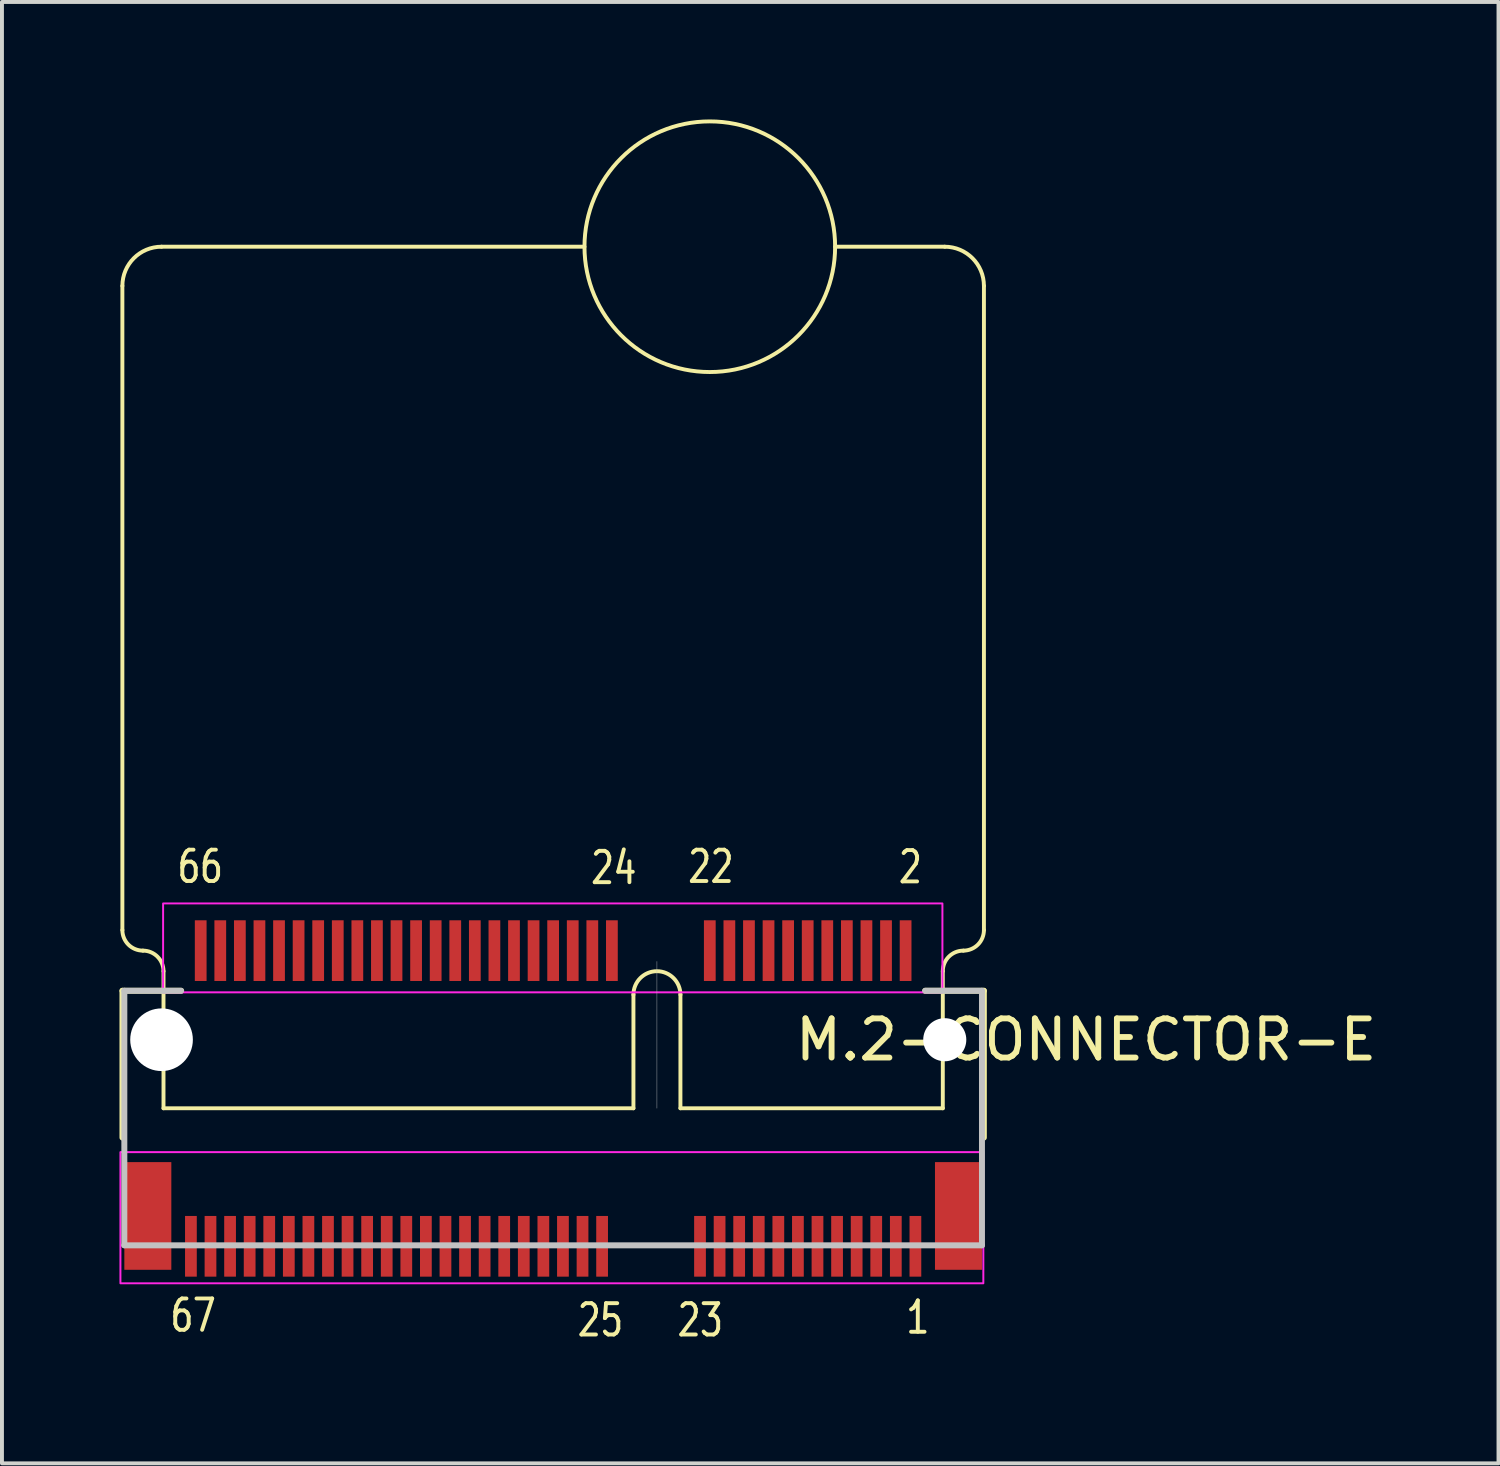
<source format=kicad_pcb>
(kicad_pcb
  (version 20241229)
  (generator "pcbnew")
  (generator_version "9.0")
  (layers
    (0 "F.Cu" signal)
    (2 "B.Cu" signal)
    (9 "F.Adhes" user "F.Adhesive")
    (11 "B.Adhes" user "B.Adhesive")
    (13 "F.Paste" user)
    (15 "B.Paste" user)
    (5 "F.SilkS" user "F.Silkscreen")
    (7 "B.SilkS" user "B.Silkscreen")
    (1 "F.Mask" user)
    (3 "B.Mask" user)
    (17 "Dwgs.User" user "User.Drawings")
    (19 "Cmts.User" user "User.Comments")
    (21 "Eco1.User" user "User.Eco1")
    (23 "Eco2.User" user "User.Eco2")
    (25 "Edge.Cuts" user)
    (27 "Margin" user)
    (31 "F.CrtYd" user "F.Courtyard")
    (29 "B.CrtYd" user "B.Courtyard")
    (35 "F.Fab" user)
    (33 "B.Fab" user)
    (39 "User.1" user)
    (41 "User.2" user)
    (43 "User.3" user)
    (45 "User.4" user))
  (footprint "M.2-CONNECTOR-E"
    (layer "F.Cu")
    (at 11.075 23.5)
    (property "Reference" "M.2-CONNECTOR-E" (at 13.61 0 0) (layer "F.SilkS") (effects (font (size 1 1) (thickness 0.15))))
    (attr smd)
    (fp_line (start -11 -19.25) (end -11 -2.8) (stroke (width 0.1) (type solid)) (layer "F.SilkS"))
    (fp_line (start -10.998 2.499) (end -10.998 -1.25) (stroke (width 0.152) (type solid)) (layer "F.SilkS"))
    (fp_line (start -9.95 1.75) (end -9.95 -1.75) (stroke (width 0.1) (type solid)) (layer "F.SilkS"))
    (fp_line (start -9.5 -1.25) (end -10.998 -1.25) (stroke (width 0.152) (type solid)) (layer "F.SilkS"))
    (fp_line (start 0.8 -20.25) (end -10 -20.25) (stroke (width 0.1) (type solid)) (layer "F.SilkS"))
    (fp_line (start 2.05 -1.15) (end 2.05 1.75) (stroke (width 0.1) (type solid)) (layer "F.SilkS"))
    (fp_line (start 2.05 1.75) (end -9.95 1.75) (stroke (width 0.1) (type solid)) (layer "F.SilkS"))
    (fp_line (start 3.25 -1.15) (end 3.25 1.75) (stroke (width 0.1) (type solid)) (layer "F.SilkS"))
    (fp_line (start 9.95 -1.75) (end 9.95 1.75) (stroke (width 0.1) (type solid)) (layer "F.SilkS"))
    (fp_line (start 9.95 1.75) (end 3.25 1.75) (stroke (width 0.1) (type solid)) (layer "F.SilkS"))
    (fp_line (start 10 -20.25) (end 7.2 -20.25) (stroke (width 0.1) (type solid)) (layer "F.SilkS"))
    (fp_line (start 10.998 -1.25) (end 9.5 -1.25) (stroke (width 0.152) (type solid)) (layer "F.SilkS"))
    (fp_line (start 10.998 2.499) (end 10.998 -1.25) (stroke (width 0.152) (type solid)) (layer "F.SilkS"))
    (fp_line (start 11 -19.25) (end 11 -2.8) (stroke (width 0.1) (type solid)) (layer "F.SilkS"))
    (fp_arc (start -11 -19.25) (mid -10.707105 -19.957105) (end -10 -20.25) (stroke (width 0.1) (type solid)) (layer "F.SilkS"))
    (fp_arc (start -10.475 -2.275) (mid -10.846231 -2.428769) (end -11 -2.8) (stroke (width 0.1) (type solid)) (layer "F.SilkS"))
    (fp_arc (start -10.475 -2.275) (mid -10.103769 -2.121231) (end -9.95 -1.75) (stroke (width 0.1) (type solid)) (layer "F.SilkS"))
    (fp_arc (start 2.05 -1.15) (mid 2.65 -1.75) (end 3.25 -1.15) (stroke (width 0.1) (type solid)) (layer "F.SilkS"))
    (fp_arc (start 9.95 -1.75) (mid 10.103769 -2.121231) (end 10.475 -2.275) (stroke (width 0.1) (type solid)) (layer "F.SilkS"))
    (fp_arc (start 10 -20.25) (mid 10.707106 -19.957107) (end 11 -19.25) (stroke (width 0.1) (type solid)) (layer "F.SilkS"))
    (fp_arc (start 11 -2.8) (mid 10.846232 -2.428768) (end 10.475 -2.275) (stroke (width 0.1) (type solid)) (layer "F.SilkS"))
    (fp_circle (center 4 -20.25) (end 7.2 -20.25) (stroke (width 0.1) (type default)) (fill no) (layer "F.SilkS"))
    (fp_line (start -9.398 4.399) (end -9.098 4.399) (stroke (width 0.066) (type solid)) (layer "F.Paste"))
    (fp_line (start -9.398 6.149) (end -9.398 4.399) (stroke (width 0.066) (type solid)) (layer "F.Paste"))
    (fp_line (start -9.398 6.149) (end -9.098 6.149) (stroke (width 0.066) (type solid)) (layer "F.Paste"))
    (fp_line (start -9.149 -3.15) (end -8.849 -3.15) (stroke (width 0.066) (type solid)) (layer "F.Paste"))
    (fp_line (start -9.149 -1.4) (end -9.149 -3.15) (stroke (width 0.066) (type solid)) (layer "F.Paste"))
    (fp_line (start -9.149 -1.4) (end -8.849 -1.4) (stroke (width 0.066) (type solid)) (layer "F.Paste"))
    (fp_line (start -9.098 6.149) (end -9.098 4.399) (stroke (width 0.066) (type solid)) (layer "F.Paste"))
    (fp_line (start -8.898 4.399) (end -8.598 4.399) (stroke (width 0.066) (type solid)) (layer "F.Paste"))
    (fp_line (start -8.898 6.149) (end -8.898 4.399) (stroke (width 0.066) (type solid)) (layer "F.Paste"))
    (fp_line (start -8.898 6.149) (end -8.598 6.149) (stroke (width 0.066) (type solid)) (layer "F.Paste"))
    (fp_line (start -8.849 -1.4) (end -8.849 -3.15) (stroke (width 0.066) (type solid)) (layer "F.Paste"))
    (fp_line (start -8.649 -3.15) (end -8.349 -3.15) (stroke (width 0.066) (type solid)) (layer "F.Paste"))
    (fp_line (start -8.649 -1.4) (end -8.649 -3.15) (stroke (width 0.066) (type solid)) (layer "F.Paste"))
    (fp_line (start -8.649 -1.4) (end -8.349 -1.4) (stroke (width 0.066) (type solid)) (layer "F.Paste"))
    (fp_line (start -8.598 6.149) (end -8.598 4.399) (stroke (width 0.066) (type solid)) (layer "F.Paste"))
    (fp_line (start -8.4 4.399) (end -8.098 4.399) (stroke (width 0.066) (type solid)) (layer "F.Paste"))
    (fp_line (start -8.4 6.149) (end -8.4 4.399) (stroke (width 0.066) (type solid)) (layer "F.Paste"))
    (fp_line (start -8.4 6.149) (end -8.098 6.149) (stroke (width 0.066) (type solid)) (layer "F.Paste"))
    (fp_line (start -8.349 -1.4) (end -8.349 -3.15) (stroke (width 0.066) (type solid)) (layer "F.Paste"))
    (fp_line (start -8.148 -3.15) (end -7.849 -3.15) (stroke (width 0.066) (type solid)) (layer "F.Paste"))
    (fp_line (start -8.148 -1.4) (end -8.148 -3.15) (stroke (width 0.066) (type solid)) (layer "F.Paste"))
    (fp_line (start -8.148 -1.4) (end -7.849 -1.4) (stroke (width 0.066) (type solid)) (layer "F.Paste"))
    (fp_line (start -8.098 6.149) (end -8.098 4.399) (stroke (width 0.066) (type solid)) (layer "F.Paste"))
    (fp_line (start -7.899 4.399) (end -7.6 4.399) (stroke (width 0.066) (type solid)) (layer "F.Paste"))
    (fp_line (start -7.899 6.149) (end -7.899 4.399) (stroke (width 0.066) (type solid)) (layer "F.Paste"))
    (fp_line (start -7.899 6.149) (end -7.6 6.149) (stroke (width 0.066) (type solid)) (layer "F.Paste"))
    (fp_line (start -7.849 -1.4) (end -7.849 -3.15) (stroke (width 0.066) (type solid)) (layer "F.Paste"))
    (fp_line (start -7.648 -3.15) (end -7.348 -3.15) (stroke (width 0.066) (type solid)) (layer "F.Paste"))
    (fp_line (start -7.648 -1.4) (end -7.648 -3.15) (stroke (width 0.066) (type solid)) (layer "F.Paste"))
    (fp_line (start -7.648 -1.4) (end -7.348 -1.4) (stroke (width 0.066) (type solid)) (layer "F.Paste"))
    (fp_line (start -7.6 6.149) (end -7.6 4.399) (stroke (width 0.066) (type solid)) (layer "F.Paste"))
    (fp_line (start -7.399 4.399) (end -7.099 4.399) (stroke (width 0.066) (type solid)) (layer "F.Paste"))
    (fp_line (start -7.399 6.149) (end -7.399 4.399) (stroke (width 0.066) (type solid)) (layer "F.Paste"))
    (fp_line (start -7.399 6.149) (end -7.099 6.149) (stroke (width 0.066) (type solid)) (layer "F.Paste"))
    (fp_line (start -7.348 -1.4) (end -7.348 -3.15) (stroke (width 0.066) (type solid)) (layer "F.Paste"))
    (fp_line (start -7.148 -3.15) (end -6.848 -3.15) (stroke (width 0.066) (type solid)) (layer "F.Paste"))
    (fp_line (start -7.148 -1.4) (end -7.148 -3.15) (stroke (width 0.066) (type solid)) (layer "F.Paste"))
    (fp_line (start -7.148 -1.4) (end -6.848 -1.4) (stroke (width 0.066) (type solid)) (layer "F.Paste"))
    (fp_line (start -7.099 6.149) (end -7.099 4.399) (stroke (width 0.066) (type solid)) (layer "F.Paste"))
    (fp_line (start -6.899 4.399) (end -6.599 4.399) (stroke (width 0.066) (type solid)) (layer "F.Paste"))
    (fp_line (start -6.899 6.149) (end -6.899 4.399) (stroke (width 0.066) (type solid)) (layer "F.Paste"))
    (fp_line (start -6.899 6.149) (end -6.599 6.149) (stroke (width 0.066) (type solid)) (layer "F.Paste"))
    (fp_line (start -6.848 -1.4) (end -6.848 -3.15) (stroke (width 0.066) (type solid)) (layer "F.Paste"))
    (fp_line (start -6.65 -3.15) (end -6.35 -3.15) (stroke (width 0.066) (type solid)) (layer "F.Paste"))
    (fp_line (start -6.65 -1.4) (end -6.65 -3.15) (stroke (width 0.066) (type solid)) (layer "F.Paste"))
    (fp_line (start -6.65 -1.4) (end -6.35 -1.4) (stroke (width 0.066) (type solid)) (layer "F.Paste"))
    (fp_line (start -6.599 6.149) (end -6.599 4.399) (stroke (width 0.066) (type solid)) (layer "F.Paste"))
    (fp_line (start -6.398 4.399) (end -6.099 4.399) (stroke (width 0.066) (type solid)) (layer "F.Paste"))
    (fp_line (start -6.398 6.149) (end -6.398 4.399) (stroke (width 0.066) (type solid)) (layer "F.Paste"))
    (fp_line (start -6.398 6.149) (end -6.099 6.149) (stroke (width 0.066) (type solid)) (layer "F.Paste"))
    (fp_line (start -6.35 -1.4) (end -6.35 -3.15) (stroke (width 0.066) (type solid)) (layer "F.Paste"))
    (fp_line (start -6.149 -3.15) (end -5.85 -3.15) (stroke (width 0.066) (type solid)) (layer "F.Paste"))
    (fp_line (start -6.149 -1.4) (end -6.149 -3.15) (stroke (width 0.066) (type solid)) (layer "F.Paste"))
    (fp_line (start -6.149 -1.4) (end -5.85 -1.4) (stroke (width 0.066) (type solid)) (layer "F.Paste"))
    (fp_line (start -6.099 6.149) (end -6.099 4.399) (stroke (width 0.066) (type solid)) (layer "F.Paste"))
    (fp_line (start -5.898 4.399) (end -5.598 4.399) (stroke (width 0.066) (type solid)) (layer "F.Paste"))
    (fp_line (start -5.898 6.149) (end -5.898 4.399) (stroke (width 0.066) (type solid)) (layer "F.Paste"))
    (fp_line (start -5.898 6.149) (end -5.598 6.149) (stroke (width 0.066) (type solid)) (layer "F.Paste"))
    (fp_line (start -5.85 -1.4) (end -5.85 -3.15) (stroke (width 0.066) (type solid)) (layer "F.Paste"))
    (fp_line (start -5.649 -3.15) (end -5.349 -3.15) (stroke (width 0.066) (type solid)) (layer "F.Paste"))
    (fp_line (start -5.649 -1.4) (end -5.649 -3.15) (stroke (width 0.066) (type solid)) (layer "F.Paste"))
    (fp_line (start -5.649 -1.4) (end -5.349 -1.4) (stroke (width 0.066) (type solid)) (layer "F.Paste"))
    (fp_line (start -5.598 6.149) (end -5.598 4.399) (stroke (width 0.066) (type solid)) (layer "F.Paste"))
    (fp_line (start -5.397 4.399) (end -5.098 4.399) (stroke (width 0.066) (type solid)) (layer "F.Paste"))
    (fp_line (start -5.397 6.149) (end -5.397 4.399) (stroke (width 0.066) (type solid)) (layer "F.Paste"))
    (fp_line (start -5.397 6.149) (end -5.098 6.149) (stroke (width 0.066) (type solid)) (layer "F.Paste"))
    (fp_line (start -5.349 -1.4) (end -5.349 -3.15) (stroke (width 0.066) (type solid)) (layer "F.Paste"))
    (fp_line (start -5.149 -3.15) (end -4.849 -3.15) (stroke (width 0.066) (type solid)) (layer "F.Paste"))
    (fp_line (start -5.149 -1.4) (end -5.149 -3.15) (stroke (width 0.066) (type solid)) (layer "F.Paste"))
    (fp_line (start -5.149 -1.4) (end -4.849 -1.4) (stroke (width 0.066) (type solid)) (layer "F.Paste"))
    (fp_line (start -5.098 6.149) (end -5.098 4.399) (stroke (width 0.066) (type solid)) (layer "F.Paste"))
    (fp_line (start -4.9 4.399) (end -4.6 4.399) (stroke (width 0.066) (type solid)) (layer "F.Paste"))
    (fp_line (start -4.9 6.149) (end -4.9 4.399) (stroke (width 0.066) (type solid)) (layer "F.Paste"))
    (fp_line (start -4.9 6.149) (end -4.6 6.149) (stroke (width 0.066) (type solid)) (layer "F.Paste"))
    (fp_line (start -4.849 -1.4) (end -4.849 -3.15) (stroke (width 0.066) (type solid)) (layer "F.Paste"))
    (fp_line (start -4.648 -3.15) (end -4.348 -3.15) (stroke (width 0.066) (type solid)) (layer "F.Paste"))
    (fp_line (start -4.648 -1.4) (end -4.648 -3.15) (stroke (width 0.066) (type solid)) (layer "F.Paste"))
    (fp_line (start -4.648 -1.4) (end -4.348 -1.4) (stroke (width 0.066) (type solid)) (layer "F.Paste"))
    (fp_line (start -4.6 6.149) (end -4.6 4.399) (stroke (width 0.066) (type solid)) (layer "F.Paste"))
    (fp_line (start -4.399 4.399) (end -4.1 4.399) (stroke (width 0.066) (type solid)) (layer "F.Paste"))
    (fp_line (start -4.399 6.149) (end -4.399 4.399) (stroke (width 0.066) (type solid)) (layer "F.Paste"))
    (fp_line (start -4.399 6.149) (end -4.1 6.149) (stroke (width 0.066) (type solid)) (layer "F.Paste"))
    (fp_line (start -4.348 -1.4) (end -4.348 -3.15) (stroke (width 0.066) (type solid)) (layer "F.Paste"))
    (fp_line (start -4.148 -3.15) (end -3.848 -3.15) (stroke (width 0.066) (type solid)) (layer "F.Paste"))
    (fp_line (start -4.148 -1.4) (end -4.148 -3.15) (stroke (width 0.066) (type solid)) (layer "F.Paste"))
    (fp_line (start -4.148 -1.4) (end -3.848 -1.4) (stroke (width 0.066) (type solid)) (layer "F.Paste"))
    (fp_line (start -4.1 6.149) (end -4.1 4.399) (stroke (width 0.066) (type solid)) (layer "F.Paste"))
    (fp_line (start -3.899 4.399) (end -3.599 4.399) (stroke (width 0.066) (type solid)) (layer "F.Paste"))
    (fp_line (start -3.899 6.149) (end -3.899 4.399) (stroke (width 0.066) (type solid)) (layer "F.Paste"))
    (fp_line (start -3.899 6.149) (end -3.599 6.149) (stroke (width 0.066) (type solid)) (layer "F.Paste"))
    (fp_line (start -3.848 -1.4) (end -3.848 -3.15) (stroke (width 0.066) (type solid)) (layer "F.Paste"))
    (fp_line (start -3.65 -3.15) (end -3.348 -3.15) (stroke (width 0.066) (type solid)) (layer "F.Paste"))
    (fp_line (start -3.65 -1.4) (end -3.65 -3.15) (stroke (width 0.066) (type solid)) (layer "F.Paste"))
    (fp_line (start -3.65 -1.4) (end -3.348 -1.4) (stroke (width 0.066) (type solid)) (layer "F.Paste"))
    (fp_line (start -3.599 6.149) (end -3.599 4.399) (stroke (width 0.066) (type solid)) (layer "F.Paste"))
    (fp_line (start -3.399 4.399) (end -3.099 4.399) (stroke (width 0.066) (type solid)) (layer "F.Paste"))
    (fp_line (start -3.399 6.149) (end -3.399 4.399) (stroke (width 0.066) (type solid)) (layer "F.Paste"))
    (fp_line (start -3.399 6.149) (end -3.099 6.149) (stroke (width 0.066) (type solid)) (layer "F.Paste"))
    (fp_line (start -3.348 -1.4) (end -3.348 -3.15) (stroke (width 0.066) (type solid)) (layer "F.Paste"))
    (fp_line (start -3.15 -3.15) (end -2.85 -3.15) (stroke (width 0.066) (type solid)) (layer "F.Paste"))
    (fp_line (start -3.15 -1.4) (end -3.15 -3.15) (stroke (width 0.066) (type solid)) (layer "F.Paste"))
    (fp_line (start -3.15 -1.4) (end -2.85 -1.4) (stroke (width 0.066) (type solid)) (layer "F.Paste"))
    (fp_line (start -3.099 6.149) (end -3.099 4.399) (stroke (width 0.066) (type solid)) (layer "F.Paste"))
    (fp_line (start -2.898 4.399) (end -2.598 4.399) (stroke (width 0.066) (type solid)) (layer "F.Paste"))
    (fp_line (start -2.898 6.149) (end -2.898 4.399) (stroke (width 0.066) (type solid)) (layer "F.Paste"))
    (fp_line (start -2.898 6.149) (end -2.598 6.149) (stroke (width 0.066) (type solid)) (layer "F.Paste"))
    (fp_line (start -2.85 -1.4) (end -2.85 -3.15) (stroke (width 0.066) (type solid)) (layer "F.Paste"))
    (fp_line (start -2.649 -3.15) (end -2.349 -3.15) (stroke (width 0.066) (type solid)) (layer "F.Paste"))
    (fp_line (start -2.649 -1.4) (end -2.649 -3.15) (stroke (width 0.066) (type solid)) (layer "F.Paste"))
    (fp_line (start -2.649 -1.4) (end -2.349 -1.4) (stroke (width 0.066) (type solid)) (layer "F.Paste"))
    (fp_line (start -2.598 6.149) (end -2.598 4.399) (stroke (width 0.066) (type solid)) (layer "F.Paste"))
    (fp_line (start -2.398 4.399) (end -2.098 4.399) (stroke (width 0.066) (type solid)) (layer "F.Paste"))
    (fp_line (start -2.398 6.149) (end -2.398 4.399) (stroke (width 0.066) (type solid)) (layer "F.Paste"))
    (fp_line (start -2.398 6.149) (end -2.098 6.149) (stroke (width 0.066) (type solid)) (layer "F.Paste"))
    (fp_line (start -2.349 -1.4) (end -2.349 -3.15) (stroke (width 0.066) (type solid)) (layer "F.Paste"))
    (fp_line (start -2.149 -3.15) (end -1.849 -3.15) (stroke (width 0.066) (type solid)) (layer "F.Paste"))
    (fp_line (start -2.149 -1.4) (end -2.149 -3.15) (stroke (width 0.066) (type solid)) (layer "F.Paste"))
    (fp_line (start -2.149 -1.4) (end -1.849 -1.4) (stroke (width 0.066) (type solid)) (layer "F.Paste"))
    (fp_line (start -2.098 6.149) (end -2.098 4.399) (stroke (width 0.066) (type solid)) (layer "F.Paste"))
    (fp_line (start -1.9 4.399) (end -1.598 4.399) (stroke (width 0.066) (type solid)) (layer "F.Paste"))
    (fp_line (start -1.9 6.149) (end -1.9 4.399) (stroke (width 0.066) (type solid)) (layer "F.Paste"))
    (fp_line (start -1.9 6.149) (end -1.598 6.149) (stroke (width 0.066) (type solid)) (layer "F.Paste"))
    (fp_line (start -1.849 -1.4) (end -1.849 -3.15) (stroke (width 0.066) (type solid)) (layer "F.Paste"))
    (fp_line (start -1.648 -3.15) (end -1.349 -3.15) (stroke (width 0.066) (type solid)) (layer "F.Paste"))
    (fp_line (start -1.648 -1.4) (end -1.648 -3.15) (stroke (width 0.066) (type solid)) (layer "F.Paste"))
    (fp_line (start -1.648 -1.4) (end -1.349 -1.4) (stroke (width 0.066) (type solid)) (layer "F.Paste"))
    (fp_line (start -1.598 6.149) (end -1.598 4.399) (stroke (width 0.066) (type solid)) (layer "F.Paste"))
    (fp_line (start -1.4 4.399) (end -1.1 4.399) (stroke (width 0.066) (type solid)) (layer "F.Paste"))
    (fp_line (start -1.4 6.149) (end -1.4 4.399) (stroke (width 0.066) (type solid)) (layer "F.Paste"))
    (fp_line (start -1.4 6.149) (end -1.1 6.149) (stroke (width 0.066) (type solid)) (layer "F.Paste"))
    (fp_line (start -1.349 -1.4) (end -1.349 -3.15) (stroke (width 0.066) (type solid)) (layer "F.Paste"))
    (fp_line (start -1.148 -3.15) (end -0.848 -3.15) (stroke (width 0.066) (type solid)) (layer "F.Paste"))
    (fp_line (start -1.148 -1.4) (end -1.148 -3.15) (stroke (width 0.066) (type solid)) (layer "F.Paste"))
    (fp_line (start -1.148 -1.4) (end -0.848 -1.4) (stroke (width 0.066) (type solid)) (layer "F.Paste"))
    (fp_line (start -1.1 6.149) (end -1.1 4.399) (stroke (width 0.066) (type solid)) (layer "F.Paste"))
    (fp_line (start -0.899 4.399) (end -0.599 4.399) (stroke (width 0.066) (type solid)) (layer "F.Paste"))
    (fp_line (start -0.899 6.149) (end -0.899 4.399) (stroke (width 0.066) (type solid)) (layer "F.Paste"))
    (fp_line (start -0.899 6.149) (end -0.599 6.149) (stroke (width 0.066) (type solid)) (layer "F.Paste"))
    (fp_line (start -0.848 -1.4) (end -0.848 -3.15) (stroke (width 0.066) (type solid)) (layer "F.Paste"))
    (fp_line (start -0.648 -3.15) (end -0.348 -3.15) (stroke (width 0.066) (type solid)) (layer "F.Paste"))
    (fp_line (start -0.648 -1.4) (end -0.648 -3.15) (stroke (width 0.066) (type solid)) (layer "F.Paste"))
    (fp_line (start -0.648 -1.4) (end -0.348 -1.4) (stroke (width 0.066) (type solid)) (layer "F.Paste"))
    (fp_line (start -0.599 6.149) (end -0.599 4.399) (stroke (width 0.066) (type solid)) (layer "F.Paste"))
    (fp_line (start -0.399 4.399) (end -0.099 4.399) (stroke (width 0.066) (type solid)) (layer "F.Paste"))
    (fp_line (start -0.399 6.149) (end -0.399 4.399) (stroke (width 0.066) (type solid)) (layer "F.Paste"))
    (fp_line (start -0.399 6.149) (end -0.099 6.149) (stroke (width 0.066) (type solid)) (layer "F.Paste"))
    (fp_line (start -0.348 -1.4) (end -0.348 -3.15) (stroke (width 0.066) (type solid)) (layer "F.Paste"))
    (fp_line (start -0.15 -3.15) (end 0.15 -3.15) (stroke (width 0.066) (type solid)) (layer "F.Paste"))
    (fp_line (start -0.15 -1.4) (end -0.15 -3.15) (stroke (width 0.066) (type solid)) (layer "F.Paste"))
    (fp_line (start -0.15 -1.4) (end 0.15 -1.4) (stroke (width 0.066) (type solid)) (layer "F.Paste"))
    (fp_line (start -0.099 6.149) (end -0.099 4.399) (stroke (width 0.066) (type solid)) (layer "F.Paste"))
    (fp_line (start 0.099 4.399) (end 0.399 4.399) (stroke (width 0.066) (type solid)) (layer "F.Paste"))
    (fp_line (start 0.099 6.149) (end 0.099 4.399) (stroke (width 0.066) (type solid)) (layer "F.Paste"))
    (fp_line (start 0.099 6.149) (end 0.399 6.149) (stroke (width 0.066) (type solid)) (layer "F.Paste"))
    (fp_line (start 0.15 -1.4) (end 0.15 -3.15) (stroke (width 0.066) (type solid)) (layer "F.Paste"))
    (fp_line (start 0.348 -3.15) (end 0.648 -3.15) (stroke (width 0.066) (type solid)) (layer "F.Paste"))
    (fp_line (start 0.348 -1.4) (end 0.348 -3.15) (stroke (width 0.066) (type solid)) (layer "F.Paste"))
    (fp_line (start 0.348 -1.4) (end 0.648 -1.4) (stroke (width 0.066) (type solid)) (layer "F.Paste"))
    (fp_line (start 0.399 6.149) (end 0.399 4.399) (stroke (width 0.066) (type solid)) (layer "F.Paste"))
    (fp_line (start 0.599 4.399) (end 0.899 4.399) (stroke (width 0.066) (type solid)) (layer "F.Paste"))
    (fp_line (start 0.599 6.149) (end 0.599 4.399) (stroke (width 0.066) (type solid)) (layer "F.Paste"))
    (fp_line (start 0.599 6.149) (end 0.899 6.149) (stroke (width 0.066) (type solid)) (layer "F.Paste"))
    (fp_line (start 0.648 -1.4) (end 0.648 -3.15) (stroke (width 0.066) (type solid)) (layer "F.Paste"))
    (fp_line (start 0.848 -3.15) (end 1.148 -3.15) (stroke (width 0.066) (type solid)) (layer "F.Paste"))
    (fp_line (start 0.848 -1.4) (end 0.848 -3.15) (stroke (width 0.066) (type solid)) (layer "F.Paste"))
    (fp_line (start 0.848 -1.4) (end 1.148 -1.4) (stroke (width 0.066) (type solid)) (layer "F.Paste"))
    (fp_line (start 0.899 6.149) (end 0.899 4.399) (stroke (width 0.066) (type solid)) (layer "F.Paste"))
    (fp_line (start 1.1 4.399) (end 1.4 4.399) (stroke (width 0.066) (type solid)) (layer "F.Paste"))
    (fp_line (start 1.1 6.149) (end 1.1 4.399) (stroke (width 0.066) (type solid)) (layer "F.Paste"))
    (fp_line (start 1.1 6.149) (end 1.4 6.149) (stroke (width 0.066) (type solid)) (layer "F.Paste"))
    (fp_line (start 1.148 -1.4) (end 1.148 -3.15) (stroke (width 0.066) (type solid)) (layer "F.Paste"))
    (fp_line (start 1.349 -3.15) (end 1.648 -3.15) (stroke (width 0.066) (type solid)) (layer "F.Paste"))
    (fp_line (start 1.349 -1.4) (end 1.349 -3.15) (stroke (width 0.066) (type solid)) (layer "F.Paste"))
    (fp_line (start 1.349 -1.4) (end 1.648 -1.4) (stroke (width 0.066) (type solid)) (layer "F.Paste"))
    (fp_line (start 1.4 6.149) (end 1.4 4.399) (stroke (width 0.066) (type solid)) (layer "F.Paste"))
    (fp_line (start 1.648 -1.4) (end 1.648 -3.15) (stroke (width 0.066) (type solid)) (layer "F.Paste"))
    (fp_line (start 3.599 4.399) (end 3.899 4.399) (stroke (width 0.066) (type solid)) (layer "F.Paste"))
    (fp_line (start 3.599 6.149) (end 3.599 4.399) (stroke (width 0.066) (type solid)) (layer "F.Paste"))
    (fp_line (start 3.599 6.149) (end 3.899 6.149) (stroke (width 0.066) (type solid)) (layer "F.Paste"))
    (fp_line (start 3.848 -3.15) (end 4.148 -3.15) (stroke (width 0.066) (type solid)) (layer "F.Paste"))
    (fp_line (start 3.848 -1.4) (end 3.848 -3.15) (stroke (width 0.066) (type solid)) (layer "F.Paste"))
    (fp_line (start 3.848 -1.4) (end 4.148 -1.4) (stroke (width 0.066) (type solid)) (layer "F.Paste"))
    (fp_line (start 3.899 6.149) (end 3.899 4.399) (stroke (width 0.066) (type solid)) (layer "F.Paste"))
    (fp_line (start 4.1 4.399) (end 4.399 4.399) (stroke (width 0.066) (type solid)) (layer "F.Paste"))
    (fp_line (start 4.1 6.149) (end 4.1 4.399) (stroke (width 0.066) (type solid)) (layer "F.Paste"))
    (fp_line (start 4.1 6.149) (end 4.399 6.149) (stroke (width 0.066) (type solid)) (layer "F.Paste"))
    (fp_line (start 4.148 -1.4) (end 4.148 -3.15) (stroke (width 0.066) (type solid)) (layer "F.Paste"))
    (fp_line (start 4.348 -3.15) (end 4.648 -3.15) (stroke (width 0.066) (type solid)) (layer "F.Paste"))
    (fp_line (start 4.348 -1.4) (end 4.348 -3.15) (stroke (width 0.066) (type solid)) (layer "F.Paste"))
    (fp_line (start 4.348 -1.4) (end 4.648 -1.4) (stroke (width 0.066) (type solid)) (layer "F.Paste"))
    (fp_line (start 4.399 6.149) (end 4.399 4.399) (stroke (width 0.066) (type solid)) (layer "F.Paste"))
    (fp_line (start 4.6 4.399) (end 4.9 4.399) (stroke (width 0.066) (type solid)) (layer "F.Paste"))
    (fp_line (start 4.6 6.149) (end 4.6 4.399) (stroke (width 0.066) (type solid)) (layer "F.Paste"))
    (fp_line (start 4.6 6.149) (end 4.9 6.149) (stroke (width 0.066) (type solid)) (layer "F.Paste"))
    (fp_line (start 4.648 -1.4) (end 4.648 -3.15) (stroke (width 0.066) (type solid)) (layer "F.Paste"))
    (fp_line (start 4.849 -3.15) (end 5.149 -3.15) (stroke (width 0.066) (type solid)) (layer "F.Paste"))
    (fp_line (start 4.849 -1.4) (end 4.849 -3.15) (stroke (width 0.066) (type solid)) (layer "F.Paste"))
    (fp_line (start 4.849 -1.4) (end 5.149 -1.4) (stroke (width 0.066) (type solid)) (layer "F.Paste"))
    (fp_line (start 4.9 6.149) (end 4.9 4.399) (stroke (width 0.066) (type solid)) (layer "F.Paste"))
    (fp_line (start 5.098 4.399) (end 5.397 4.399) (stroke (width 0.066) (type solid)) (layer "F.Paste"))
    (fp_line (start 5.098 6.149) (end 5.098 4.399) (stroke (width 0.066) (type solid)) (layer "F.Paste"))
    (fp_line (start 5.098 6.149) (end 5.397 6.149) (stroke (width 0.066) (type solid)) (layer "F.Paste"))
    (fp_line (start 5.149 -1.4) (end 5.149 -3.15) (stroke (width 0.066) (type solid)) (layer "F.Paste"))
    (fp_line (start 5.349 -3.15) (end 5.649 -3.15) (stroke (width 0.066) (type solid)) (layer "F.Paste"))
    (fp_line (start 5.349 -1.4) (end 5.349 -3.15) (stroke (width 0.066) (type solid)) (layer "F.Paste"))
    (fp_line (start 5.349 -1.4) (end 5.649 -1.4) (stroke (width 0.066) (type solid)) (layer "F.Paste"))
    (fp_line (start 5.397 6.149) (end 5.397 4.399) (stroke (width 0.066) (type solid)) (layer "F.Paste"))
    (fp_line (start 5.598 4.399) (end 5.898 4.399) (stroke (width 0.066) (type solid)) (layer "F.Paste"))
    (fp_line (start 5.598 6.149) (end 5.598 4.399) (stroke (width 0.066) (type solid)) (layer "F.Paste"))
    (fp_line (start 5.598 6.149) (end 5.898 6.149) (stroke (width 0.066) (type solid)) (layer "F.Paste"))
    (fp_line (start 5.649 -1.4) (end 5.649 -3.15) (stroke (width 0.066) (type solid)) (layer "F.Paste"))
    (fp_line (start 5.85 -3.15) (end 6.149 -3.15) (stroke (width 0.066) (type solid)) (layer "F.Paste"))
    (fp_line (start 5.85 -1.4) (end 5.85 -3.15) (stroke (width 0.066) (type solid)) (layer "F.Paste"))
    (fp_line (start 5.85 -1.4) (end 6.149 -1.4) (stroke (width 0.066) (type solid)) (layer "F.Paste"))
    (fp_line (start 5.898 6.149) (end 5.898 4.399) (stroke (width 0.066) (type solid)) (layer "F.Paste"))
    (fp_line (start 6.099 4.399) (end 6.398 4.399) (stroke (width 0.066) (type solid)) (layer "F.Paste"))
    (fp_line (start 6.099 6.149) (end 6.099 4.399) (stroke (width 0.066) (type solid)) (layer "F.Paste"))
    (fp_line (start 6.099 6.149) (end 6.398 6.149) (stroke (width 0.066) (type solid)) (layer "F.Paste"))
    (fp_line (start 6.149 -1.4) (end 6.149 -3.15) (stroke (width 0.066) (type solid)) (layer "F.Paste"))
    (fp_line (start 6.35 -3.15) (end 6.65 -3.15) (stroke (width 0.066) (type solid)) (layer "F.Paste"))
    (fp_line (start 6.35 -1.4) (end 6.35 -3.15) (stroke (width 0.066) (type solid)) (layer "F.Paste"))
    (fp_line (start 6.35 -1.4) (end 6.65 -1.4) (stroke (width 0.066) (type solid)) (layer "F.Paste"))
    (fp_line (start 6.398 6.149) (end 6.398 4.399) (stroke (width 0.066) (type solid)) (layer "F.Paste"))
    (fp_line (start 6.599 4.399) (end 6.899 4.399) (stroke (width 0.066) (type solid)) (layer "F.Paste"))
    (fp_line (start 6.599 6.149) (end 6.599 4.399) (stroke (width 0.066) (type solid)) (layer "F.Paste"))
    (fp_line (start 6.599 6.149) (end 6.899 6.149) (stroke (width 0.066) (type solid)) (layer "F.Paste"))
    (fp_line (start 6.65 -1.4) (end 6.65 -3.15) (stroke (width 0.066) (type solid)) (layer "F.Paste"))
    (fp_line (start 6.848 -3.15) (end 7.148 -3.15) (stroke (width 0.066) (type solid)) (layer "F.Paste"))
    (fp_line (start 6.848 -1.4) (end 6.848 -3.15) (stroke (width 0.066) (type solid)) (layer "F.Paste"))
    (fp_line (start 6.848 -1.4) (end 7.148 -1.4) (stroke (width 0.066) (type solid)) (layer "F.Paste"))
    (fp_line (start 6.899 6.149) (end 6.899 4.399) (stroke (width 0.066) (type solid)) (layer "F.Paste"))
    (fp_line (start 7.099 4.399) (end 7.399 4.399) (stroke (width 0.066) (type solid)) (layer "F.Paste"))
    (fp_line (start 7.099 6.149) (end 7.099 4.399) (stroke (width 0.066) (type solid)) (layer "F.Paste"))
    (fp_line (start 7.099 6.149) (end 7.399 6.149) (stroke (width 0.066) (type solid)) (layer "F.Paste"))
    (fp_line (start 7.148 -1.4) (end 7.148 -3.15) (stroke (width 0.066) (type solid)) (layer "F.Paste"))
    (fp_line (start 7.348 -3.15) (end 7.648 -3.15) (stroke (width 0.066) (type solid)) (layer "F.Paste"))
    (fp_line (start 7.348 -1.4) (end 7.348 -3.15) (stroke (width 0.066) (type solid)) (layer "F.Paste"))
    (fp_line (start 7.348 -1.4) (end 7.648 -1.4) (stroke (width 0.066) (type solid)) (layer "F.Paste"))
    (fp_line (start 7.399 6.149) (end 7.399 4.399) (stroke (width 0.066) (type solid)) (layer "F.Paste"))
    (fp_line (start 7.6 4.399) (end 7.899 4.399) (stroke (width 0.066) (type solid)) (layer "F.Paste"))
    (fp_line (start 7.6 6.149) (end 7.6 4.399) (stroke (width 0.066) (type solid)) (layer "F.Paste"))
    (fp_line (start 7.6 6.149) (end 7.899 6.149) (stroke (width 0.066) (type solid)) (layer "F.Paste"))
    (fp_line (start 7.648 -1.4) (end 7.648 -3.15) (stroke (width 0.066) (type solid)) (layer "F.Paste"))
    (fp_line (start 7.849 -3.15) (end 8.148 -3.15) (stroke (width 0.066) (type solid)) (layer "F.Paste"))
    (fp_line (start 7.849 -1.4) (end 7.849 -3.15) (stroke (width 0.066) (type solid)) (layer "F.Paste"))
    (fp_line (start 7.849 -1.4) (end 8.148 -1.4) (stroke (width 0.066) (type solid)) (layer "F.Paste"))
    (fp_line (start 7.899 6.149) (end 7.899 4.399) (stroke (width 0.066) (type solid)) (layer "F.Paste"))
    (fp_line (start 8.098 4.399) (end 8.4 4.399) (stroke (width 0.066) (type solid)) (layer "F.Paste"))
    (fp_line (start 8.098 6.149) (end 8.098 4.399) (stroke (width 0.066) (type solid)) (layer "F.Paste"))
    (fp_line (start 8.098 6.149) (end 8.4 6.149) (stroke (width 0.066) (type solid)) (layer "F.Paste"))
    (fp_line (start 8.148 -1.4) (end 8.148 -3.15) (stroke (width 0.066) (type solid)) (layer "F.Paste"))
    (fp_line (start 8.349 -3.15) (end 8.649 -3.15) (stroke (width 0.066) (type solid)) (layer "F.Paste"))
    (fp_line (start 8.349 -1.4) (end 8.349 -3.15) (stroke (width 0.066) (type solid)) (layer "F.Paste"))
    (fp_line (start 8.349 -1.4) (end 8.649 -1.4) (stroke (width 0.066) (type solid)) (layer "F.Paste"))
    (fp_line (start 8.4 6.149) (end 8.4 4.399) (stroke (width 0.066) (type solid)) (layer "F.Paste"))
    (fp_line (start 8.598 4.399) (end 8.898 4.399) (stroke (width 0.066) (type solid)) (layer "F.Paste"))
    (fp_line (start 8.598 6.149) (end 8.598 4.399) (stroke (width 0.066) (type solid)) (layer "F.Paste"))
    (fp_line (start 8.598 6.149) (end 8.898 6.149) (stroke (width 0.066) (type solid)) (layer "F.Paste"))
    (fp_line (start 8.649 -1.4) (end 8.649 -3.15) (stroke (width 0.066) (type solid)) (layer "F.Paste"))
    (fp_line (start 8.849 -3.15) (end 9.149 -3.15) (stroke (width 0.066) (type solid)) (layer "F.Paste"))
    (fp_line (start 8.849 -1.4) (end 8.849 -3.15) (stroke (width 0.066) (type solid)) (layer "F.Paste"))
    (fp_line (start 8.849 -1.4) (end 9.149 -1.4) (stroke (width 0.066) (type solid)) (layer "F.Paste"))
    (fp_line (start 8.898 6.149) (end 8.898 4.399) (stroke (width 0.066) (type solid)) (layer "F.Paste"))
    (fp_line (start 9.098 4.399) (end 9.398 4.399) (stroke (width 0.066) (type solid)) (layer "F.Paste"))
    (fp_line (start 9.098 6.149) (end 9.098 4.399) (stroke (width 0.066) (type solid)) (layer "F.Paste"))
    (fp_line (start 9.098 6.149) (end 9.398 6.149) (stroke (width 0.066) (type solid)) (layer "F.Paste"))
    (fp_line (start 9.149 -1.4) (end 9.149 -3.15) (stroke (width 0.066) (type solid)) (layer "F.Paste"))
    (fp_line (start 9.398 6.149) (end 9.398 4.399) (stroke (width 0.066) (type solid)) (layer "F.Paste"))
    (fp_line (start -10.95 -1.25) (end -10.95 5.248) (stroke (width 0.152) (type solid)) (layer "Dwgs.User"))
    (fp_line (start -10.95 5.25) (end 10.95 5.25) (stroke (width 0.152) (type solid)) (layer "Dwgs.User"))
    (fp_line (start -9.5 -1.25) (end -10.95 -1.25) (stroke (width 0.152) (type solid)) (layer "Dwgs.User"))
    (fp_line (start 2.65 -2) (end 2.65 1.75) (stroke (width 0.01) (type default)) (layer "Dwgs.User"))
    (fp_line (start 10.95 -1.25) (end 9.5 -1.25) (stroke (width 0.152) (type solid)) (layer "Dwgs.User"))
    (fp_line (start 10.95 5.248) (end 10.95 -1.25) (stroke (width 0.152) (type solid)) (layer "Dwgs.User"))
    (fp_rect (start -11.05 2.87) (end 10.985 6.22) (stroke (width 0.05) (type default)) (fill no) (layer "F.CrtYd"))
    (fp_rect (start 9.94 -3.48) (end -9.96 -1.21) (stroke (width 0.05) (type default)) (fill no) (layer "F.CrtYd"))
    (fp_text user "1" (at 8.96 7.56 0) (unlocked yes) (layer "F.SilkS") (effects (font (size 0.8 0.6) (thickness 0.1)) (justify left bottom)))
    (fp_text user "66" (at -9.65 -3.95 0) (unlocked yes) (layer "F.SilkS") (effects (font (size 0.8 0.6) (thickness 0.1)) (justify left bottom)))
    (fp_text user "23" (at 3.12 7.63 0) (unlocked yes) (layer "F.SilkS") (effects (font (size 0.8 0.6) (thickness 0.1)) (justify left bottom)))
    (fp_text user "24" (at 0.91 -3.92 0) (unlocked yes) (layer "F.SilkS") (effects (font (size 0.8 0.6) (thickness 0.1)) (justify left bottom)))
    (fp_text user "2" (at 8.77 -3.94 0) (unlocked yes) (layer "F.SilkS") (effects (font (size 0.8 0.6) (thickness 0.1)) (justify left bottom)))
    (fp_text user "22" (at 3.39 -3.95 0) (unlocked yes) (layer "F.SilkS") (effects (font (size 0.8 0.6) (thickness 0.1)) (justify left bottom)))
    (fp_text user "67" (at -9.83 7.51 0) (unlocked yes) (layer "F.SilkS") (effects (font (size 0.8 0.6) (thickness 0.1)) (justify left bottom)))
    (fp_text user "25" (at 0.57 7.63 0) (unlocked yes) (layer "F.SilkS") (effects (font (size 0.8 0.6) (thickness 0.1)) (justify left bottom)))
    (pad "" np_thru_hole circle (at -10 0) (size 1.6 1.6) (drill 1.6) (layers "*.Cu" "*.Mask"))
    (pad "" np_thru_hole circle (at 10 0) (size 1.1 1.1) (drill 1.1) (layers "*.Cu" "*.Mask"))
    (pad "1" smd rect (at 9.25 5.275) (size 0.3 1.55) (layers "F.Cu" "F.Mask" "F.Paste"))
    (pad "2" smd rect (at 9 -2.275) (size 0.3 1.55) (layers "F.Cu" "F.Mask" "F.Paste"))
    (pad "3" smd rect (at 8.75 5.275) (size 0.3 1.55) (layers "F.Cu" "F.Mask" "F.Paste"))
    (pad "4" smd rect (at 8.5 -2.275) (size 0.3 1.55) (layers "F.Cu" "F.Mask" "F.Paste"))
    (pad "5" smd rect (at 8.25 5.275) (size 0.3 1.55) (layers "F.Cu" "F.Mask" "F.Paste"))
    (pad "6" smd rect (at 8 -2.275) (size 0.3 1.55) (layers "F.Cu" "F.Mask" "F.Paste"))
    (pad "7" smd rect (at 7.75 5.275) (size 0.3 1.55) (layers "F.Cu" "F.Mask" "F.Paste"))
    (pad "8" smd rect (at 7.5 -2.275) (size 0.3 1.55) (layers "F.Cu" "F.Mask" "F.Paste"))
    (pad "9" smd rect (at 7.25 5.275) (size 0.3 1.55) (layers "F.Cu" "F.Mask" "F.Paste"))
    (pad "10" smd rect (at 7 -2.275) (size 0.3 1.55) (layers "F.Cu" "F.Mask" "F.Paste"))
    (pad "11" smd rect (at 6.75 5.275) (size 0.3 1.55) (layers "F.Cu" "F.Mask" "F.Paste"))
    (pad "12" smd rect (at 6.5 -2.275) (size 0.3 1.55) (layers "F.Cu" "F.Mask" "F.Paste"))
    (pad "13" smd rect (at 6.25 5.275) (size 0.3 1.55) (layers "F.Cu" "F.Mask" "F.Paste"))
    (pad "14" smd rect (at 6 -2.275) (size 0.3 1.55) (layers "F.Cu" "F.Mask" "F.Paste"))
    (pad "15" smd rect (at 5.75 5.275) (size 0.3 1.55) (layers "F.Cu" "F.Mask" "F.Paste"))
    (pad "16" smd rect (at 5.5 -2.275) (size 0.3 1.55) (layers "F.Cu" "F.Mask" "F.Paste"))
    (pad "17" smd rect (at 5.25 5.275) (size 0.3 1.55) (layers "F.Cu" "F.Mask" "F.Paste"))
    (pad "18" smd rect (at 5 -2.275) (size 0.3 1.55) (layers "F.Cu" "F.Mask" "F.Paste"))
    (pad "19" smd rect (at 4.75 5.275) (size 0.3 1.55) (layers "F.Cu" "F.Mask" "F.Paste"))
    (pad "20" smd rect (at 4.5 -2.275) (size 0.3 1.55) (layers "F.Cu" "F.Mask" "F.Paste"))
    (pad "21" smd rect (at 4.25 5.275) (size 0.3 1.55) (layers "F.Cu" "F.Mask" "F.Paste"))
    (pad "22" smd rect (at 4 -2.275) (size 0.3 1.55) (layers "F.Cu" "F.Mask" "F.Paste"))
    (pad "23" smd rect (at 3.75 5.275) (size 0.3 1.55) (layers "F.Cu" "F.Mask" "F.Paste"))
    (pad "32" smd rect (at 1.5 -2.275) (size 0.3 1.55) (layers "F.Cu" "F.Mask" "F.Paste"))
    (pad "33" smd rect (at 1.25 5.275) (size 0.3 1.55) (layers "F.Cu" "F.Mask" "F.Paste"))
    (pad "34" smd rect (at 1 -2.275) (size 0.3 1.55) (layers "F.Cu" "F.Mask" "F.Paste"))
    (pad "35" smd rect (at 0.75 5.275) (size 0.3 1.55) (layers "F.Cu" "F.Mask" "F.Paste"))
    (pad "36" smd rect (at 0.5 -2.275) (size 0.3 1.55) (layers "F.Cu" "F.Mask" "F.Paste"))
    (pad "37" smd rect (at 0.25 5.275) (size 0.3 1.55) (layers "F.Cu" "F.Mask" "F.Paste"))
    (pad "38" smd rect (at 0 -2.275) (size 0.3 1.55) (layers "F.Cu" "F.Mask" "F.Paste"))
    (pad "39" smd rect (at -0.25 5.275) (size 0.3 1.55) (layers "F.Cu" "F.Mask" "F.Paste"))
    (pad "40" smd rect (at -0.5 -2.275) (size 0.3 1.55) (layers "F.Cu" "F.Mask" "F.Paste"))
    (pad "41" smd rect (at -0.75 5.275) (size 0.3 1.55) (layers "F.Cu" "F.Mask" "F.Paste"))
    (pad "42" smd rect (at -1 -2.275) (size 0.3 1.55) (layers "F.Cu" "F.Mask" "F.Paste"))
    (pad "43" smd rect (at -1.25 5.275) (size 0.3 1.55) (layers "F.Cu" "F.Mask" "F.Paste"))
    (pad "44" smd rect (at -1.5 -2.275) (size 0.3 1.55) (layers "F.Cu" "F.Mask" "F.Paste"))
    (pad "45" smd rect (at -1.75 5.275) (size 0.3 1.55) (layers "F.Cu" "F.Mask" "F.Paste"))
    (pad "46" smd rect (at -2 -2.275) (size 0.3 1.55) (layers "F.Cu" "F.Mask" "F.Paste"))
    (pad "47" smd rect (at -2.25 5.275) (size 0.3 1.55) (layers "F.Cu" "F.Mask" "F.Paste"))
    (pad "48" smd rect (at -2.5 -2.275) (size 0.3 1.55) (layers "F.Cu" "F.Mask" "F.Paste"))
    (pad "49" smd rect (at -2.75 5.275) (size 0.3 1.55) (layers "F.Cu" "F.Mask" "F.Paste"))
    (pad "50" smd rect (at -3 -2.275) (size 0.3 1.55) (layers "F.Cu" "F.Mask" "F.Paste"))
    (pad "51" smd rect (at -3.25 5.275) (size 0.3 1.55) (layers "F.Cu" "F.Mask" "F.Paste"))
    (pad "52" smd rect (at -3.5 -2.275) (size 0.3 1.55) (layers "F.Cu" "F.Mask" "F.Paste"))
    (pad "53" smd rect (at -3.75 5.275) (size 0.3 1.55) (layers "F.Cu" "F.Mask" "F.Paste"))
    (pad "54" smd rect (at -4 -2.275) (size 0.3 1.55) (layers "F.Cu" "F.Mask" "F.Paste"))
    (pad "55" smd rect (at -4.25 5.275) (size 0.3 1.55) (layers "F.Cu" "F.Mask" "F.Paste"))
    (pad "56" smd rect (at -4.5 -2.275) (size 0.3 1.55) (layers "F.Cu" "F.Mask" "F.Paste"))
    (pad "57" smd rect (at -4.75 5.275) (size 0.3 1.55) (layers "F.Cu" "F.Mask" "F.Paste"))
    (pad "58" smd rect (at -5 -2.275) (size 0.3 1.55) (layers "F.Cu" "F.Mask" "F.Paste"))
    (pad "59" smd rect (at -5.25 5.275) (size 0.3 1.55) (layers "F.Cu" "F.Mask" "F.Paste"))
    (pad "60" smd rect (at -5.5 -2.275) (size 0.3 1.55) (layers "F.Cu" "F.Mask" "F.Paste"))
    (pad "61" smd rect (at -5.75 5.275) (size 0.3 1.55) (layers "F.Cu" "F.Mask" "F.Paste"))
    (pad "62" smd rect (at -6 -2.275) (size 0.3 1.55) (layers "F.Cu" "F.Mask" "F.Paste"))
    (pad "63" smd rect (at -6.25 5.275) (size 0.3 1.55) (layers "F.Cu" "F.Mask" "F.Paste"))
    (pad "64" smd rect (at -6.5 -2.275) (size 0.3 1.55) (layers "F.Cu" "F.Mask" "F.Paste"))
    (pad "65" smd rect (at -6.75 5.275) (size 0.3 1.55) (layers "F.Cu" "F.Mask" "F.Paste"))
    (pad "66" smd rect (at -7 -2.275) (size 0.3 1.55) (layers "F.Cu" "F.Mask" "F.Paste"))
    (pad "67" smd rect (at -7.25 5.275) (size 0.3 1.55) (layers "F.Cu" "F.Mask" "F.Paste"))
    (pad "68" smd rect (at -7.5 -2.275) (size 0.3 1.55) (layers "F.Cu" "F.Mask" "F.Paste"))
    (pad "69" smd rect (at -7.75 5.275) (size 0.3 1.55) (layers "F.Cu" "F.Mask" "F.Paste"))
    (pad "70" smd rect (at -8 -2.275) (size 0.3 1.55) (layers "F.Cu" "F.Mask" "F.Paste"))
    (pad "71" smd rect (at -8.25 5.275) (size 0.3 1.55) (layers "F.Cu" "F.Mask" "F.Paste"))
    (pad "72" smd rect (at -8.5 -2.275) (size 0.3 1.55) (layers "F.Cu" "F.Mask" "F.Paste"))
    (pad "73" smd rect (at -8.75 5.275) (size 0.3 1.55) (layers "F.Cu" "F.Mask" "F.Paste"))
    (pad "74" smd rect (at -9 -2.275) (size 0.3 1.55) (layers "F.Cu" "F.Mask" "F.Paste"))
    (pad "75" smd rect (at -9.25 5.275) (size 0.3 1.55) (layers "F.Cu" "F.Mask" "F.Paste"))
    (pad "A1" smd rect (at 10.35 4.5) (size 1.2 2.75) (layers "F.Cu" "F.Mask" "F.Paste"))
    (pad "A2" smd rect (at -10.35 4.5) (size 1.2 2.75) (layers "F.Cu" "F.Mask" "F.Paste")))
  (gr_rect
    (start -3 -3)
    (end 35.215 34.317)
    (stroke (width 0.1) (type default))
    (fill no)
    (layer "Edge.Cuts")))
</source>
